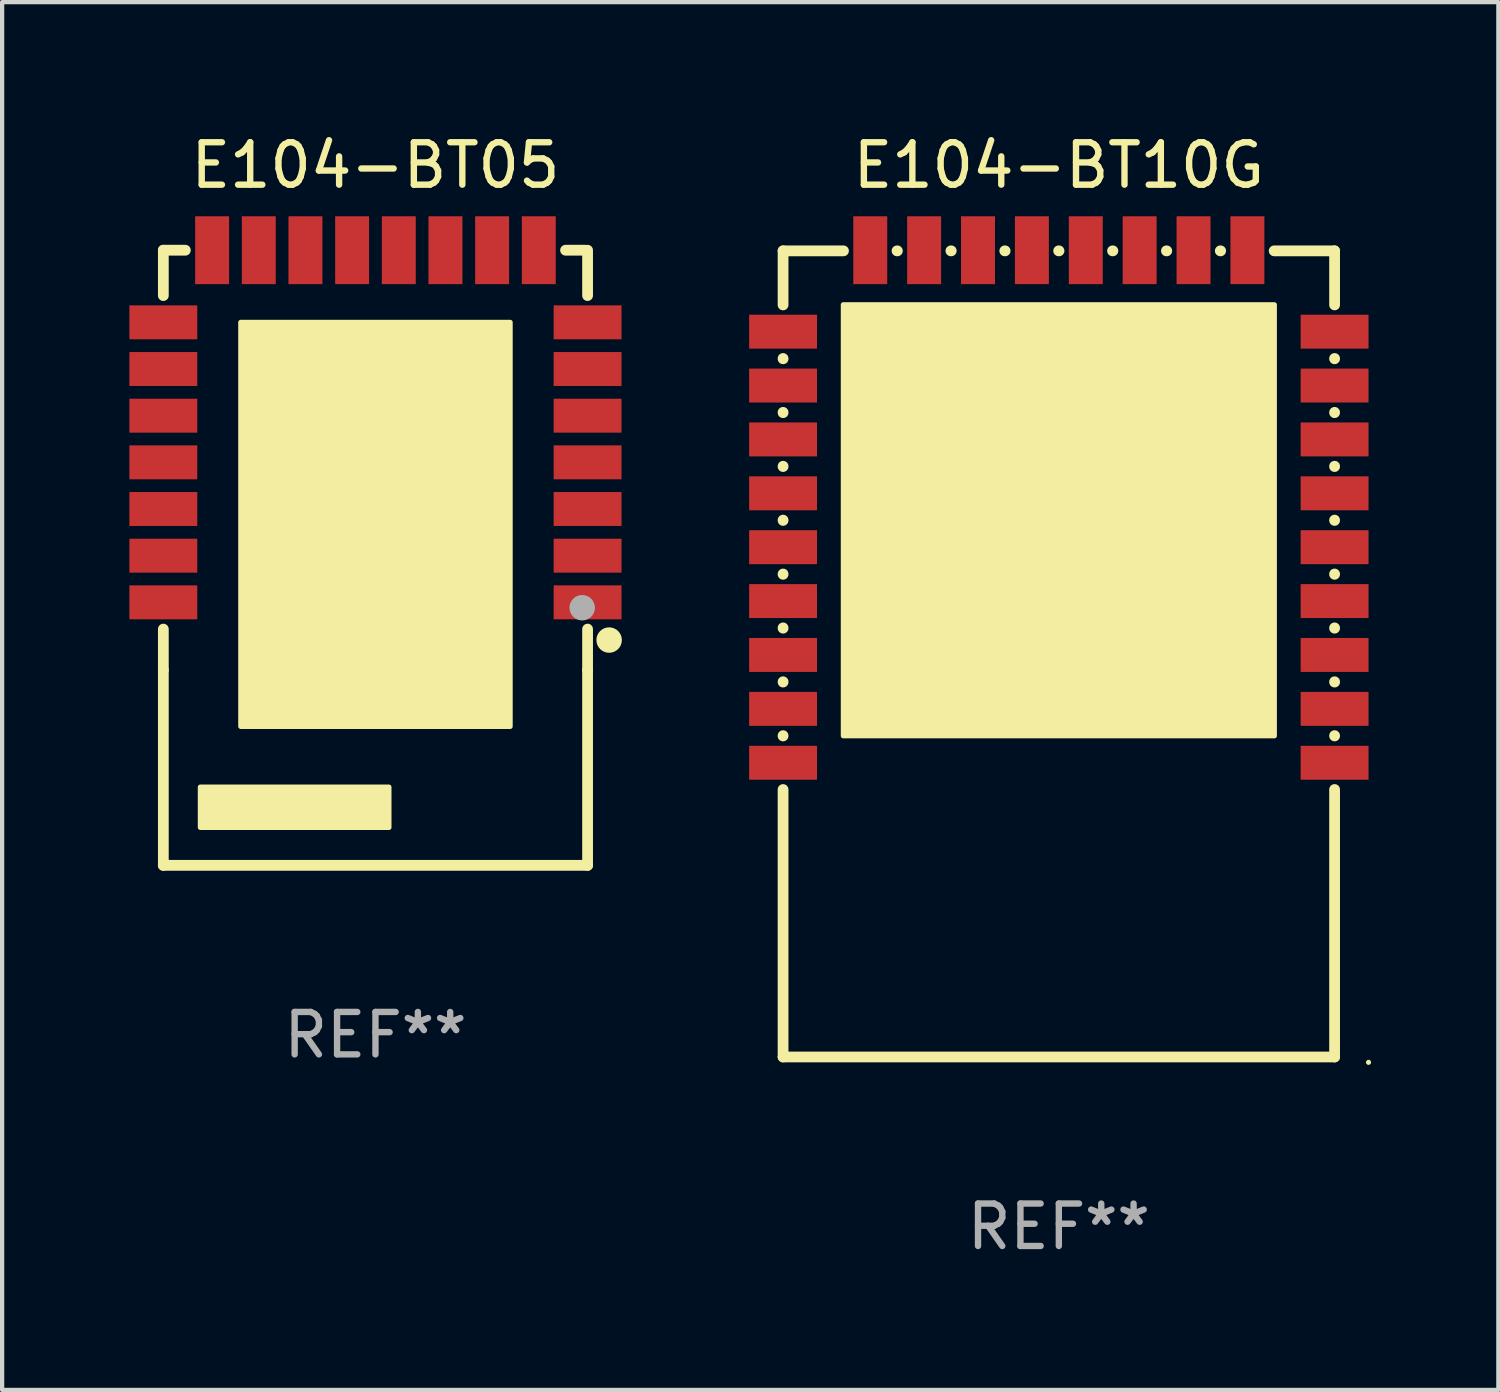
<source format=kicad_pcb>
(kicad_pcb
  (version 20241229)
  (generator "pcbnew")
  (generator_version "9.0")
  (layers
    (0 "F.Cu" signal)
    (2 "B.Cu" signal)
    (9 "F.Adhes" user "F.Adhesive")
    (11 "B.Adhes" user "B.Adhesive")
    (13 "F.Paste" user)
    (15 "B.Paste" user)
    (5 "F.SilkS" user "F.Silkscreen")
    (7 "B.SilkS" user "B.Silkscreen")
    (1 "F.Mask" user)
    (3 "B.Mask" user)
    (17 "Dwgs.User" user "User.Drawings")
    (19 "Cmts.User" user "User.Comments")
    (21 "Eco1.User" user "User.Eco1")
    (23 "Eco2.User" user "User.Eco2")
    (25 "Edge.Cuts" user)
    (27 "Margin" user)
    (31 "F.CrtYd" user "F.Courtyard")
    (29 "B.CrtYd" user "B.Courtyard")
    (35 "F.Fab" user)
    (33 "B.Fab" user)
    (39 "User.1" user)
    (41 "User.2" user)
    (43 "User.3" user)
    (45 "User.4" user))
  (footprint "E104-BT10G"
    (layer "F.Cu")
    (at 21.908 12.356)
    (property "Reference" "E104-BT10G" (at 0 -11.508 0) (layer "F.SilkS") (effects (font (size 1 1) (thickness 0.15))))
    (attr through_hole)
    (fp_line (start -6.5 -9.493) (end -6.5 -8.219) (stroke (width 0.254) (type solid)) (layer "F.SilkS"))
    (fp_line (start -6.5 -9.493) (end -5.076 -9.493) (stroke (width 0.254) (type solid)) (layer "F.SilkS"))
    (fp_line (start -6.5 -6.956) (end -6.5 -6.949) (stroke (width 0.254) (type solid)) (layer "F.SilkS"))
    (fp_line (start -6.5 -5.686) (end -6.5 -5.679) (stroke (width 0.254) (type solid)) (layer "F.SilkS"))
    (fp_line (start -6.5 -4.416) (end -6.5 -4.409) (stroke (width 0.254) (type solid)) (layer "F.SilkS"))
    (fp_line (start -6.5 -3.146) (end -6.5 -3.139) (stroke (width 0.254) (type solid)) (layer "F.SilkS"))
    (fp_line (start -6.5 -1.876) (end -6.5 -1.869) (stroke (width 0.254) (type solid)) (layer "F.SilkS"))
    (fp_line (start -6.5 -0.606) (end -6.5 -0.599) (stroke (width 0.254) (type solid)) (layer "F.SilkS"))
    (fp_line (start -6.5 0.664) (end -6.5 0.671) (stroke (width 0.254) (type solid)) (layer "F.SilkS"))
    (fp_line (start -6.5 1.934) (end -6.5 1.941) (stroke (width 0.254) (type solid)) (layer "F.SilkS"))
    (fp_line (start -6.5 3.204) (end -6.5 9.508) (stroke (width 0.254) (type solid)) (layer "F.SilkS"))
    (fp_line (start -6.5 9.508) (end 6.5 9.508) (stroke (width 0.254) (type solid)) (layer "F.SilkS"))
    (fp_line (start -3.814 -9.493) (end -3.806 -9.493) (stroke (width 0.254) (type solid)) (layer "F.SilkS"))
    (fp_line (start -2.544 -9.493) (end -2.536 -9.493) (stroke (width 0.254) (type solid)) (layer "F.SilkS"))
    (fp_line (start -1.274 -9.493) (end -1.266 -9.493) (stroke (width 0.254) (type solid)) (layer "F.SilkS"))
    (fp_line (start -0.004 -9.493) (end 0.004 -9.493) (stroke (width 0.254) (type solid)) (layer "F.SilkS"))
    (fp_line (start 1.266 -9.493) (end 1.274 -9.493) (stroke (width 0.254) (type solid)) (layer "F.SilkS"))
    (fp_line (start 2.536 -9.493) (end 2.544 -9.493) (stroke (width 0.254) (type solid)) (layer "F.SilkS"))
    (fp_line (start 3.806 -9.493) (end 3.814 -9.493) (stroke (width 0.254) (type solid)) (layer "F.SilkS"))
    (fp_line (start 5.076 -9.493) (end 6.5 -9.493) (stroke (width 0.254) (type solid)) (layer "F.SilkS"))
    (fp_line (start 6.5 -9.493) (end 6.5 -8.219) (stroke (width 0.254) (type solid)) (layer "F.SilkS"))
    (fp_line (start 6.5 -6.956) (end 6.5 -6.949) (stroke (width 0.254) (type solid)) (layer "F.SilkS"))
    (fp_line (start 6.5 -5.686) (end 6.5 -5.679) (stroke (width 0.254) (type solid)) (layer "F.SilkS"))
    (fp_line (start 6.5 -4.416) (end 6.5 -4.409) (stroke (width 0.254) (type solid)) (layer "F.SilkS"))
    (fp_line (start 6.5 -3.146) (end 6.5 -3.139) (stroke (width 0.254) (type solid)) (layer "F.SilkS"))
    (fp_line (start 6.5 -1.876) (end 6.5 -1.869) (stroke (width 0.254) (type solid)) (layer "F.SilkS"))
    (fp_line (start 6.5 -0.606) (end 6.5 -0.599) (stroke (width 0.254) (type solid)) (layer "F.SilkS"))
    (fp_line (start 6.5 0.664) (end 6.5 0.671) (stroke (width 0.254) (type solid)) (layer "F.SilkS"))
    (fp_line (start 6.5 1.934) (end 6.5 1.941) (stroke (width 0.254) (type solid)) (layer "F.SilkS"))
    (fp_line (start 6.5 3.204) (end 6.5 9.508) (stroke (width 0.254) (type solid)) (layer "F.SilkS"))
    (fp_circle (center 7.3 9.635) (end 7.33 9.635) (stroke (width 0.06) (type solid)) (fill no) (layer "F.SilkS"))
    (fp_poly (pts (xy -5.08 -8.223) (xy 5.08 -8.223) (xy 5.08 1.938) (xy -5.08 1.938)) (stroke (width 0.12) (type solid)) (fill yes) (layer "F.SilkS"))
    (fp_text user "REF**" (at 0 13.508 0) (layer "F.Fab") (effects (font (size 1 1) (thickness 0.15))))
    (pad "1" smd rect (at 6.5 2.573) (size 1.6 0.8) (layers "F.Cu" "F.Mask" "F.Paste"))
    (pad "2" smd rect (at 6.5 1.303) (size 1.6 0.8) (layers "F.Cu" "F.Mask" "F.Paste"))
    (pad "3" smd rect (at 6.5 0.032) (size 1.6 0.8) (layers "F.Cu" "F.Mask" "F.Paste"))
    (pad "4" smd rect (at 6.5 -1.238) (size 1.6 0.8) (layers "F.Cu" "F.Mask" "F.Paste"))
    (pad "5" smd rect (at 6.5 -2.508) (size 1.6 0.8) (layers "F.Cu" "F.Mask" "F.Paste"))
    (pad "6" smd rect (at 6.5 -3.778) (size 1.6 0.8) (layers "F.Cu" "F.Mask" "F.Paste"))
    (pad "7" smd rect (at 6.5 -5.048) (size 1.6 0.8) (layers "F.Cu" "F.Mask" "F.Paste"))
    (pad "8" smd rect (at 6.5 -6.318) (size 1.6 0.8) (layers "F.Cu" "F.Mask" "F.Paste"))
    (pad "9" smd rect (at 6.5 -7.588) (size 1.6 0.8) (layers "F.Cu" "F.Mask" "F.Paste"))
    (pad "10" smd rect (at 4.445 -9.508 90) (size 1.6 0.8) (layers "F.Cu" "F.Mask" "F.Paste"))
    (pad "11" smd rect (at 3.175 -9.508 90) (size 1.6 0.8) (layers "F.Cu" "F.Mask" "F.Paste"))
    (pad "12" smd rect (at 1.905 -9.508 90) (size 1.6 0.8) (layers "F.Cu" "F.Mask" "F.Paste"))
    (pad "13" smd rect (at 0.635 -9.508 90) (size 1.6 0.8) (layers "F.Cu" "F.Mask" "F.Paste"))
    (pad "14" smd rect (at -0.635 -9.508 90) (size 1.6 0.8) (layers "F.Cu" "F.Mask" "F.Paste"))
    (pad "15" smd rect (at -1.905 -9.508 90) (size 1.6 0.8) (layers "F.Cu" "F.Mask" "F.Paste"))
    (pad "16" smd rect (at -3.175 -9.508 90) (size 1.6 0.8) (layers "F.Cu" "F.Mask" "F.Paste"))
    (pad "17" smd rect (at -4.445 -9.508 90) (size 1.6 0.8) (layers "F.Cu" "F.Mask" "F.Paste"))
    (pad "18" smd rect (at -6.5 -7.588 180) (size 1.6 0.8) (layers "F.Cu" "F.Mask" "F.Paste"))
    (pad "19" smd rect (at -6.5 -6.318 180) (size 1.6 0.8) (layers "F.Cu" "F.Mask" "F.Paste"))
    (pad "20" smd rect (at -6.5 -5.048 180) (size 1.6 0.8) (layers "F.Cu" "F.Mask" "F.Paste"))
    (pad "21" smd rect (at -6.5 -3.778 180) (size 1.6 0.8) (layers "F.Cu" "F.Mask" "F.Paste"))
    (pad "22" smd rect (at -6.5 -2.508 180) (size 1.6 0.8) (layers "F.Cu" "F.Mask" "F.Paste"))
    (pad "23" smd rect (at -6.5 -1.238 180) (size 1.6 0.8) (layers "F.Cu" "F.Mask" "F.Paste"))
    (pad "24" smd rect (at -6.5 0.032 180) (size 1.6 0.8) (layers "F.Cu" "F.Mask" "F.Paste"))
    (pad "25" smd rect (at -6.5 1.303 180) (size 1.6 0.8) (layers "F.Cu" "F.Mask" "F.Paste"))
    (pad "26" smd rect (at -6.5 2.573 180) (size 1.6 0.8) (layers "F.Cu" "F.Mask" "F.Paste")))
  (footprint "E104-BT05"
    (layer "F.Cu")
    (at 5.8 10.098)
    (property "Reference" "E104-BT05" (at 0 -9.25 0) (layer "F.SilkS") (effects (font (size 1 1) (thickness 0.15))))
    (attr through_hole)
    (fp_line (start -5.001 7.249) (end 5.001 7.249) (stroke (width 0.254) (type solid)) (layer "F.SilkS"))
    (fp_line (start -5 -7.25) (end -4.481 -7.25) (stroke (width 0.254) (type solid)) (layer "F.SilkS"))
    (fp_line (start -5 -6.181) (end -5 -7.25) (stroke (width 0.254) (type solid)) (layer "F.SilkS"))
    (fp_line (start -5 2.65) (end -5 1.681) (stroke (width 0.254) (type solid)) (layer "F.SilkS"))
    (fp_line (start -5 2.65) (end -5 7.25) (stroke (width 0.254) (type solid)) (layer "F.SilkS"))
    (fp_line (start 4.481 -7.25) (end 4.95 -7.25) (stroke (width 0.254) (type solid)) (layer "F.SilkS"))
    (fp_line (start 5 -6.181) (end 5 -7.25) (stroke (width 0.254) (type solid)) (layer "F.SilkS"))
    (fp_line (start 5 2.65) (end 5 1.681) (stroke (width 0.254) (type solid)) (layer "F.SilkS"))
    (fp_line (start 5 2.65) (end 5 7.25) (stroke (width 0.254) (type solid)) (layer "F.SilkS"))
    (fp_circle (center 5 7.25) (end 5.03 7.25) (stroke (width 0.06) (type solid)) (fill no) (layer "F.SilkS"))
    (fp_circle (center 5.508 1.939) (end 5.658 1.939) (stroke (width 0.3) (type solid)) (fill no) (layer "F.SilkS"))
    (fp_poly (pts (xy -4.128 5.404) (xy 0.318 5.404) (xy 0.318 6.356) (xy -4.128 6.356)) (stroke (width 0.12) (type solid)) (fill yes) (layer "F.SilkS"))
    (fp_poly (pts (xy -3.175 -5.55) (xy 3.175 -5.55) (xy 3.175 3.975) (xy -3.175 3.975)) (stroke (width 0.12) (type solid)) (fill yes) (layer "F.SilkS"))
    (fp_circle (center 4.873 1.177) (end 5.023 1.177) (stroke (width 0.3) (type solid)) (fill no) (layer "F.Fab"))
    (fp_text user "REF**" (at 0 11.25 0) (layer "F.Fab") (effects (font (size 1 1) (thickness 0.15))))
    (pad "1" smd rect (at 5 1.05) (size 1.6 0.8) (layers "F.Cu" "F.Mask" "F.Paste"))
    (pad "2" smd rect (at 5 -0.05) (size 1.6 0.8) (layers "F.Cu" "F.Mask" "F.Paste"))
    (pad "3" smd rect (at 5 -1.15) (size 1.6 0.8) (layers "F.Cu" "F.Mask" "F.Paste"))
    (pad "4" smd rect (at 5 -2.25) (size 1.6 0.8) (layers "F.Cu" "F.Mask" "F.Paste"))
    (pad "5" smd rect (at 5 -3.35) (size 1.6 0.8) (layers "F.Cu" "F.Mask" "F.Paste"))
    (pad "6" smd rect (at 5 -4.45) (size 1.6 0.8) (layers "F.Cu" "F.Mask" "F.Paste"))
    (pad "7" smd rect (at 5 -5.55) (size 1.6 0.8) (layers "F.Cu" "F.Mask" "F.Paste"))
    (pad "8" smd rect (at 3.85 -7.25) (size 0.8 1.6) (layers "F.Cu" "F.Mask" "F.Paste"))
    (pad "9" smd rect (at 2.75 -7.25) (size 0.8 1.6) (layers "F.Cu" "F.Mask" "F.Paste"))
    (pad "10" smd rect (at 1.65 -7.25) (size 0.8 1.6) (layers "F.Cu" "F.Mask" "F.Paste"))
    (pad "11" smd rect (at 0.55 -7.25) (size 0.8 1.6) (layers "F.Cu" "F.Mask" "F.Paste"))
    (pad "12" smd rect (at -0.55 -7.25) (size 0.8 1.6) (layers "F.Cu" "F.Mask" "F.Paste"))
    (pad "13" smd rect (at -1.65 -7.25) (size 0.8 1.6) (layers "F.Cu" "F.Mask" "F.Paste"))
    (pad "14" smd rect (at -2.75 -7.25) (size 0.8 1.6) (layers "F.Cu" "F.Mask" "F.Paste"))
    (pad "15" smd rect (at -3.85 -7.25) (size 0.8 1.6) (layers "F.Cu" "F.Mask" "F.Paste"))
    (pad "16" smd rect (at -5 -5.55) (size 1.6 0.8) (layers "F.Cu" "F.Mask" "F.Paste"))
    (pad "17" smd rect (at -5 -4.45) (size 1.6 0.8) (layers "F.Cu" "F.Mask" "F.Paste"))
    (pad "18" smd rect (at -5 -3.35) (size 1.6 0.8) (layers "F.Cu" "F.Mask" "F.Paste"))
    (pad "19" smd rect (at -5 -2.25) (size 1.6 0.8) (layers "F.Cu" "F.Mask" "F.Paste"))
    (pad "20" smd rect (at -5 -1.15) (size 1.6 0.8) (layers "F.Cu" "F.Mask" "F.Paste"))
    (pad "21" smd rect (at -5 -0.05) (size 1.6 0.8) (layers "F.Cu" "F.Mask" "F.Paste"))
    (pad "22" smd rect (at -5 1.05) (size 1.6 0.8) (layers "F.Cu" "F.Mask" "F.Paste")))
  (gr_rect
    (start -3 -3)
    (end 32.268 29.712)
    (stroke (width 0.1) (type default))
    (fill no)
    (layer "Edge.Cuts")))
</source>
